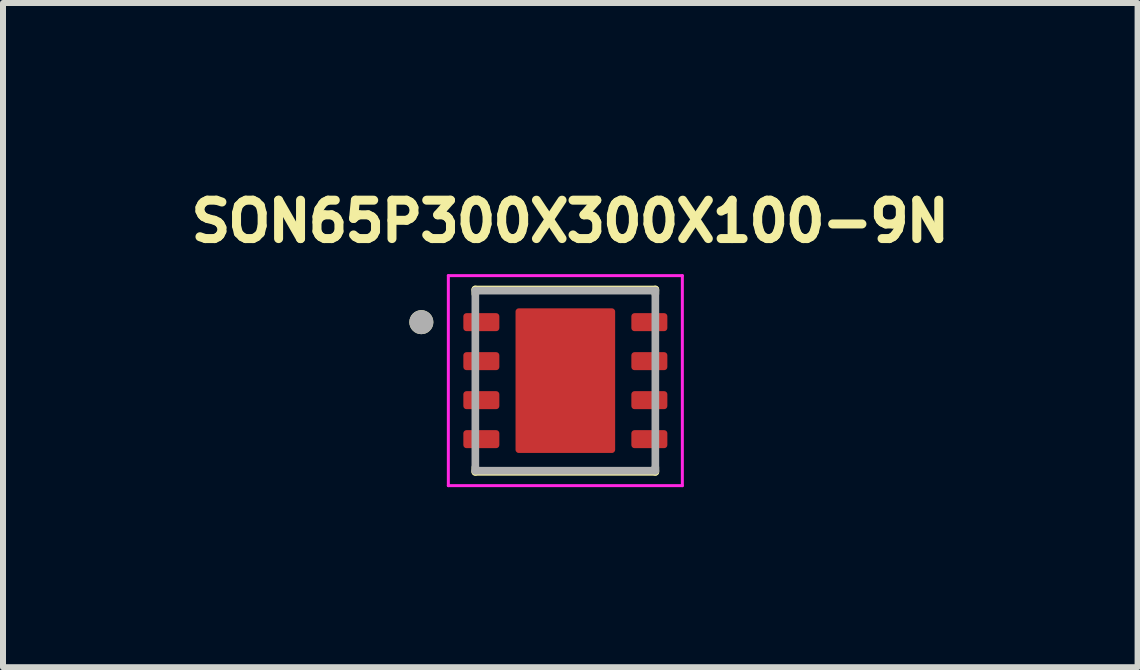
<source format=kicad_pcb>
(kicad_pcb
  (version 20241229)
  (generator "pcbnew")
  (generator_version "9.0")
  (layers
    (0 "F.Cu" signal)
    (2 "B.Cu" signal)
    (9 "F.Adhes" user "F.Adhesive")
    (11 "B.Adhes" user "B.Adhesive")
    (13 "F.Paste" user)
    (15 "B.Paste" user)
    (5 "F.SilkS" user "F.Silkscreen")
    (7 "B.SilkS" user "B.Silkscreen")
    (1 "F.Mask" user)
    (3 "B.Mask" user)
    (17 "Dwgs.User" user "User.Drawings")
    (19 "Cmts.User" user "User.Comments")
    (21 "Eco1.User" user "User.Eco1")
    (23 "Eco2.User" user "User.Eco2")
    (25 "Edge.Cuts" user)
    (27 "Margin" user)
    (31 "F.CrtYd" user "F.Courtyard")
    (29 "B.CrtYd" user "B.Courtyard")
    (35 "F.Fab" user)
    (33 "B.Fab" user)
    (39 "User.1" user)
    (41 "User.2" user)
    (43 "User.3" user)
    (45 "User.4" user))
  (footprint "SON65P300X300X100-9N"
    (layer "F.Cu")
    (at 6.372 3.294)
    (property "Reference" "SON65P300X300X100-9N" (at 0.082 -2.656 0) (layer "F.SilkS") (effects (font (size 0.64 0.64) (thickness 0.15))))
    (attr smd)
    (fp_poly (pts (xy -1.72 -1.195) (xy -1.08 -1.195) (xy -1.077 -1.195) (xy -1.075 -1.195) (xy -1.072 -1.194) (xy -1.07 -1.194) (xy -1.067 -1.193) (xy -1.065 -1.193) (xy -1.062 -1.192) (xy -1.06 -1.191) (xy -1.057 -1.19) (xy -1.055 -1.188) (xy -1.053 -1.187) (xy -1.051 -1.185) (xy -1.049 -1.184) (xy -1.047 -1.182) (xy -1.045 -1.18) (xy -1.043 -1.178) (xy -1.041 -1.176) (xy -1.04 -1.174) (xy -1.038 -1.172) (xy -1.037 -1.17) (xy -1.035 -1.168) (xy -1.034 -1.165) (xy -1.033 -1.163) (xy -1.032 -1.16) (xy -1.032 -1.158) (xy -1.031 -1.155) (xy -1.031 -1.153) (xy -1.03 -1.15) (xy -1.03 -1.148) (xy -1.03 -1.145) (xy -1.03 -0.805) (xy -1.03 -0.802) (xy -1.03 -0.8) (xy -1.031 -0.797) (xy -1.031 -0.795) (xy -1.032 -0.792) (xy -1.032 -0.79) (xy -1.033 -0.787) (xy -1.034 -0.785) (xy -1.035 -0.782) (xy -1.037 -0.78) (xy -1.038 -0.778) (xy -1.04 -0.776) (xy -1.041 -0.774) (xy -1.043 -0.772) (xy -1.045 -0.77) (xy -1.047 -0.768) (xy -1.049 -0.766) (xy -1.051 -0.765) (xy -1.053 -0.763) (xy -1.055 -0.762) (xy -1.057 -0.76) (xy -1.06 -0.759) (xy -1.062 -0.758) (xy -1.065 -0.757) (xy -1.067 -0.757) (xy -1.07 -0.756) (xy -1.072 -0.756) (xy -1.075 -0.755) (xy -1.077 -0.755) (xy -1.08 -0.755) (xy -1.72 -0.755) (xy -1.723 -0.755) (xy -1.725 -0.755) (xy -1.728 -0.756) (xy -1.73 -0.756) (xy -1.733 -0.757) (xy -1.735 -0.757) (xy -1.738 -0.758) (xy -1.74 -0.759) (xy -1.743 -0.76) (xy -1.745 -0.762) (xy -1.747 -0.763) (xy -1.749 -0.765) (xy -1.751 -0.766) (xy -1.753 -0.768) (xy -1.755 -0.77) (xy -1.757 -0.772) (xy -1.759 -0.774) (xy -1.76 -0.776) (xy -1.762 -0.778) (xy -1.763 -0.78) (xy -1.765 -0.782) (xy -1.766 -0.785) (xy -1.767 -0.787) (xy -1.768 -0.79) (xy -1.768 -0.792) (xy -1.769 -0.795) (xy -1.769 -0.797) (xy -1.77 -0.8) (xy -1.77 -0.802) (xy -1.77 -0.805) (xy -1.77 -1.145) (xy -1.77 -1.148) (xy -1.77 -1.15) (xy -1.769 -1.153) (xy -1.769 -1.155) (xy -1.768 -1.158) (xy -1.768 -1.16) (xy -1.767 -1.163) (xy -1.766 -1.165) (xy -1.765 -1.168) (xy -1.763 -1.17) (xy -1.762 -1.172) (xy -1.76 -1.174) (xy -1.759 -1.176) (xy -1.757 -1.178) (xy -1.755 -1.18) (xy -1.753 -1.182) (xy -1.751 -1.184) (xy -1.749 -1.185) (xy -1.747 -1.187) (xy -1.745 -1.188) (xy -1.743 -1.19) (xy -1.74 -1.191) (xy -1.738 -1.192) (xy -1.735 -1.193) (xy -1.733 -1.193) (xy -1.73 -1.194) (xy -1.728 -1.194) (xy -1.725 -1.195) (xy -1.723 -1.195) (xy -1.72 -1.195)) (stroke (width 0.01) (type solid)) (fill yes) (layer "F.Mask"))
    (fp_poly (pts (xy -1.72 -0.545) (xy -1.08 -0.545) (xy -1.077 -0.545) (xy -1.075 -0.545) (xy -1.072 -0.544) (xy -1.07 -0.544) (xy -1.067 -0.543) (xy -1.065 -0.543) (xy -1.062 -0.542) (xy -1.06 -0.541) (xy -1.057 -0.54) (xy -1.055 -0.538) (xy -1.053 -0.537) (xy -1.051 -0.535) (xy -1.049 -0.534) (xy -1.047 -0.532) (xy -1.045 -0.53) (xy -1.043 -0.528) (xy -1.041 -0.526) (xy -1.04 -0.524) (xy -1.038 -0.522) (xy -1.037 -0.52) (xy -1.035 -0.518) (xy -1.034 -0.515) (xy -1.033 -0.513) (xy -1.032 -0.51) (xy -1.032 -0.508) (xy -1.031 -0.505) (xy -1.031 -0.503) (xy -1.03 -0.5) (xy -1.03 -0.498) (xy -1.03 -0.495) (xy -1.03 -0.155) (xy -1.03 -0.152) (xy -1.03 -0.15) (xy -1.031 -0.147) (xy -1.031 -0.145) (xy -1.032 -0.142) (xy -1.032 -0.14) (xy -1.033 -0.137) (xy -1.034 -0.135) (xy -1.035 -0.132) (xy -1.037 -0.13) (xy -1.038 -0.128) (xy -1.04 -0.126) (xy -1.041 -0.124) (xy -1.043 -0.122) (xy -1.045 -0.12) (xy -1.047 -0.118) (xy -1.049 -0.116) (xy -1.051 -0.115) (xy -1.053 -0.113) (xy -1.055 -0.112) (xy -1.057 -0.11) (xy -1.06 -0.109) (xy -1.062 -0.108) (xy -1.065 -0.107) (xy -1.067 -0.107) (xy -1.07 -0.106) (xy -1.072 -0.106) (xy -1.075 -0.105) (xy -1.077 -0.105) (xy -1.08 -0.105) (xy -1.72 -0.105) (xy -1.723 -0.105) (xy -1.725 -0.105) (xy -1.728 -0.106) (xy -1.73 -0.106) (xy -1.733 -0.107) (xy -1.735 -0.107) (xy -1.738 -0.108) (xy -1.74 -0.109) (xy -1.743 -0.11) (xy -1.745 -0.112) (xy -1.747 -0.113) (xy -1.749 -0.115) (xy -1.751 -0.116) (xy -1.753 -0.118) (xy -1.755 -0.12) (xy -1.757 -0.122) (xy -1.759 -0.124) (xy -1.76 -0.126) (xy -1.762 -0.128) (xy -1.763 -0.13) (xy -1.765 -0.132) (xy -1.766 -0.135) (xy -1.767 -0.137) (xy -1.768 -0.14) (xy -1.768 -0.142) (xy -1.769 -0.145) (xy -1.769 -0.147) (xy -1.77 -0.15) (xy -1.77 -0.152) (xy -1.77 -0.155) (xy -1.77 -0.495) (xy -1.77 -0.498) (xy -1.77 -0.5) (xy -1.769 -0.503) (xy -1.769 -0.505) (xy -1.768 -0.508) (xy -1.768 -0.51) (xy -1.767 -0.513) (xy -1.766 -0.515) (xy -1.765 -0.518) (xy -1.763 -0.52) (xy -1.762 -0.522) (xy -1.76 -0.524) (xy -1.759 -0.526) (xy -1.757 -0.528) (xy -1.755 -0.53) (xy -1.753 -0.532) (xy -1.751 -0.534) (xy -1.749 -0.535) (xy -1.747 -0.537) (xy -1.745 -0.538) (xy -1.743 -0.54) (xy -1.74 -0.541) (xy -1.738 -0.542) (xy -1.735 -0.543) (xy -1.733 -0.543) (xy -1.73 -0.544) (xy -1.728 -0.544) (xy -1.725 -0.545) (xy -1.723 -0.545) (xy -1.72 -0.545)) (stroke (width 0.01) (type solid)) (fill yes) (layer "F.Mask"))
    (fp_poly (pts (xy -1.72 0.105) (xy -1.08 0.105) (xy -1.077 0.105) (xy -1.075 0.105) (xy -1.072 0.106) (xy -1.07 0.106) (xy -1.067 0.107) (xy -1.065 0.107) (xy -1.062 0.108) (xy -1.06 0.109) (xy -1.057 0.11) (xy -1.055 0.112) (xy -1.053 0.113) (xy -1.051 0.115) (xy -1.049 0.116) (xy -1.047 0.118) (xy -1.045 0.12) (xy -1.043 0.122) (xy -1.041 0.124) (xy -1.04 0.126) (xy -1.038 0.128) (xy -1.037 0.13) (xy -1.035 0.132) (xy -1.034 0.135) (xy -1.033 0.137) (xy -1.032 0.14) (xy -1.032 0.142) (xy -1.031 0.145) (xy -1.031 0.147) (xy -1.03 0.15) (xy -1.03 0.152) (xy -1.03 0.155) (xy -1.03 0.495) (xy -1.03 0.498) (xy -1.03 0.5) (xy -1.031 0.503) (xy -1.031 0.505) (xy -1.032 0.508) (xy -1.032 0.51) (xy -1.033 0.513) (xy -1.034 0.515) (xy -1.035 0.518) (xy -1.037 0.52) (xy -1.038 0.522) (xy -1.04 0.524) (xy -1.041 0.526) (xy -1.043 0.528) (xy -1.045 0.53) (xy -1.047 0.532) (xy -1.049 0.534) (xy -1.051 0.535) (xy -1.053 0.537) (xy -1.055 0.538) (xy -1.057 0.54) (xy -1.06 0.541) (xy -1.062 0.542) (xy -1.065 0.543) (xy -1.067 0.543) (xy -1.07 0.544) (xy -1.072 0.544) (xy -1.075 0.545) (xy -1.077 0.545) (xy -1.08 0.545) (xy -1.72 0.545) (xy -1.723 0.545) (xy -1.725 0.545) (xy -1.728 0.544) (xy -1.73 0.544) (xy -1.733 0.543) (xy -1.735 0.543) (xy -1.738 0.542) (xy -1.74 0.541) (xy -1.743 0.54) (xy -1.745 0.538) (xy -1.747 0.537) (xy -1.749 0.535) (xy -1.751 0.534) (xy -1.753 0.532) (xy -1.755 0.53) (xy -1.757 0.528) (xy -1.759 0.526) (xy -1.76 0.524) (xy -1.762 0.522) (xy -1.763 0.52) (xy -1.765 0.518) (xy -1.766 0.515) (xy -1.767 0.513) (xy -1.768 0.51) (xy -1.768 0.508) (xy -1.769 0.505) (xy -1.769 0.503) (xy -1.77 0.5) (xy -1.77 0.498) (xy -1.77 0.495) (xy -1.77 0.155) (xy -1.77 0.152) (xy -1.77 0.15) (xy -1.769 0.147) (xy -1.769 0.145) (xy -1.768 0.142) (xy -1.768 0.14) (xy -1.767 0.137) (xy -1.766 0.135) (xy -1.765 0.132) (xy -1.763 0.13) (xy -1.762 0.128) (xy -1.76 0.126) (xy -1.759 0.124) (xy -1.757 0.122) (xy -1.755 0.12) (xy -1.753 0.118) (xy -1.751 0.116) (xy -1.749 0.115) (xy -1.747 0.113) (xy -1.745 0.112) (xy -1.743 0.11) (xy -1.74 0.109) (xy -1.738 0.108) (xy -1.735 0.107) (xy -1.733 0.107) (xy -1.73 0.106) (xy -1.728 0.106) (xy -1.725 0.105) (xy -1.723 0.105) (xy -1.72 0.105)) (stroke (width 0.01) (type solid)) (fill yes) (layer "F.Mask"))
    (fp_poly (pts (xy -1.72 0.755) (xy -1.08 0.755) (xy -1.077 0.755) (xy -1.075 0.755) (xy -1.072 0.756) (xy -1.07 0.756) (xy -1.067 0.757) (xy -1.065 0.757) (xy -1.062 0.758) (xy -1.06 0.759) (xy -1.057 0.76) (xy -1.055 0.762) (xy -1.053 0.763) (xy -1.051 0.765) (xy -1.049 0.766) (xy -1.047 0.768) (xy -1.045 0.77) (xy -1.043 0.772) (xy -1.041 0.774) (xy -1.04 0.776) (xy -1.038 0.778) (xy -1.037 0.78) (xy -1.035 0.782) (xy -1.034 0.785) (xy -1.033 0.787) (xy -1.032 0.79) (xy -1.032 0.792) (xy -1.031 0.795) (xy -1.031 0.797) (xy -1.03 0.8) (xy -1.03 0.802) (xy -1.03 0.805) (xy -1.03 1.145) (xy -1.03 1.148) (xy -1.03 1.15) (xy -1.031 1.153) (xy -1.031 1.155) (xy -1.032 1.158) (xy -1.032 1.16) (xy -1.033 1.163) (xy -1.034 1.165) (xy -1.035 1.168) (xy -1.037 1.17) (xy -1.038 1.172) (xy -1.04 1.174) (xy -1.041 1.176) (xy -1.043 1.178) (xy -1.045 1.18) (xy -1.047 1.182) (xy -1.049 1.184) (xy -1.051 1.185) (xy -1.053 1.187) (xy -1.055 1.188) (xy -1.057 1.19) (xy -1.06 1.191) (xy -1.062 1.192) (xy -1.065 1.193) (xy -1.067 1.193) (xy -1.07 1.194) (xy -1.072 1.194) (xy -1.075 1.195) (xy -1.077 1.195) (xy -1.08 1.195) (xy -1.72 1.195) (xy -1.723 1.195) (xy -1.725 1.195) (xy -1.728 1.194) (xy -1.73 1.194) (xy -1.733 1.193) (xy -1.735 1.193) (xy -1.738 1.192) (xy -1.74 1.191) (xy -1.743 1.19) (xy -1.745 1.188) (xy -1.747 1.187) (xy -1.749 1.185) (xy -1.751 1.184) (xy -1.753 1.182) (xy -1.755 1.18) (xy -1.757 1.178) (xy -1.759 1.176) (xy -1.76 1.174) (xy -1.762 1.172) (xy -1.763 1.17) (xy -1.765 1.168) (xy -1.766 1.165) (xy -1.767 1.163) (xy -1.768 1.16) (xy -1.768 1.158) (xy -1.769 1.155) (xy -1.769 1.153) (xy -1.77 1.15) (xy -1.77 1.148) (xy -1.77 1.145) (xy -1.77 0.805) (xy -1.77 0.802) (xy -1.77 0.8) (xy -1.769 0.797) (xy -1.769 0.795) (xy -1.768 0.792) (xy -1.768 0.79) (xy -1.767 0.787) (xy -1.766 0.785) (xy -1.765 0.782) (xy -1.763 0.78) (xy -1.762 0.778) (xy -1.76 0.776) (xy -1.759 0.774) (xy -1.757 0.772) (xy -1.755 0.77) (xy -1.753 0.768) (xy -1.751 0.766) (xy -1.749 0.765) (xy -1.747 0.763) (xy -1.745 0.762) (xy -1.743 0.76) (xy -1.74 0.759) (xy -1.738 0.758) (xy -1.735 0.757) (xy -1.733 0.757) (xy -1.73 0.756) (xy -1.728 0.756) (xy -1.725 0.755) (xy -1.723 0.755) (xy -1.72 0.755)) (stroke (width 0.01) (type solid)) (fill yes) (layer "F.Mask"))
    (fp_poly (pts (xy 0.895 -1.15) (xy 0.895 1.15) (xy 0.895 1.156) (xy 0.894 1.163) (xy 0.894 1.169) (xy 0.892 1.175) (xy 0.891 1.181) (xy 0.889 1.187) (xy 0.887 1.193) (xy 0.885 1.199) (xy 0.882 1.204) (xy 0.879 1.21) (xy 0.876 1.215) (xy 0.872 1.221) (xy 0.868 1.226) (xy 0.864 1.23) (xy 0.86 1.235) (xy 0.855 1.239) (xy 0.851 1.243) (xy 0.846 1.247) (xy 0.84 1.251) (xy 0.835 1.254) (xy 0.829 1.257) (xy 0.824 1.26) (xy 0.818 1.262) (xy 0.812 1.264) (xy 0.806 1.266) (xy 0.8 1.267) (xy 0.794 1.269) (xy 0.788 1.269) (xy 0.781 1.27) (xy 0.775 1.27) (xy -0.775 1.27) (xy -0.781 1.27) (xy -0.788 1.269) (xy -0.794 1.269) (xy -0.8 1.267) (xy -0.806 1.266) (xy -0.812 1.264) (xy -0.818 1.262) (xy -0.824 1.26) (xy -0.829 1.257) (xy -0.835 1.254) (xy -0.84 1.251) (xy -0.846 1.247) (xy -0.851 1.243) (xy -0.855 1.239) (xy -0.86 1.235) (xy -0.864 1.23) (xy -0.868 1.226) (xy -0.872 1.221) (xy -0.876 1.215) (xy -0.879 1.21) (xy -0.882 1.204) (xy -0.885 1.199) (xy -0.887 1.193) (xy -0.889 1.187) (xy -0.891 1.181) (xy -0.892 1.175) (xy -0.894 1.169) (xy -0.894 1.163) (xy -0.895 1.156) (xy -0.895 1.15) (xy -0.895 -1.15) (xy -0.895 -1.156) (xy -0.894 -1.163) (xy -0.894 -1.169) (xy -0.892 -1.175) (xy -0.891 -1.181) (xy -0.889 -1.187) (xy -0.887 -1.193) (xy -0.885 -1.199) (xy -0.882 -1.204) (xy -0.879 -1.21) (xy -0.876 -1.215) (xy -0.872 -1.221) (xy -0.868 -1.226) (xy -0.864 -1.23) (xy -0.86 -1.235) (xy -0.855 -1.239) (xy -0.851 -1.243) (xy -0.846 -1.247) (xy -0.84 -1.251) (xy -0.835 -1.254) (xy -0.829 -1.257) (xy -0.824 -1.26) (xy -0.818 -1.262) (xy -0.812 -1.264) (xy -0.806 -1.266) (xy -0.8 -1.267) (xy -0.794 -1.269) (xy -0.788 -1.269) (xy -0.781 -1.27) (xy -0.775 -1.27) (xy 0.775 -1.27) (xy 0.781 -1.27) (xy 0.788 -1.269) (xy 0.794 -1.269) (xy 0.8 -1.267) (xy 0.806 -1.266) (xy 0.812 -1.264) (xy 0.818 -1.262) (xy 0.824 -1.26) (xy 0.829 -1.257) (xy 0.835 -1.254) (xy 0.84 -1.251) (xy 0.846 -1.247) (xy 0.851 -1.243) (xy 0.855 -1.239) (xy 0.86 -1.235) (xy 0.864 -1.23) (xy 0.868 -1.226) (xy 0.872 -1.221) (xy 0.876 -1.215) (xy 0.879 -1.21) (xy 0.882 -1.204) (xy 0.885 -1.199) (xy 0.887 -1.193) (xy 0.889 -1.187) (xy 0.891 -1.181) (xy 0.892 -1.175) (xy 0.894 -1.169) (xy 0.894 -1.163) (xy 0.895 -1.156) (xy 0.895 -1.15)) (stroke (width 0.01) (type solid)) (fill yes) (layer "F.Mask"))
    (fp_poly (pts (xy 1.03 -0.805) (xy 1.03 -1.145) (xy 1.03 -1.148) (xy 1.03 -1.15) (xy 1.031 -1.153) (xy 1.031 -1.155) (xy 1.032 -1.158) (xy 1.032 -1.16) (xy 1.033 -1.163) (xy 1.034 -1.165) (xy 1.035 -1.168) (xy 1.037 -1.17) (xy 1.038 -1.172) (xy 1.04 -1.174) (xy 1.041 -1.176) (xy 1.043 -1.178) (xy 1.045 -1.18) (xy 1.047 -1.182) (xy 1.049 -1.184) (xy 1.051 -1.185) (xy 1.053 -1.187) (xy 1.055 -1.188) (xy 1.057 -1.19) (xy 1.06 -1.191) (xy 1.062 -1.192) (xy 1.065 -1.193) (xy 1.067 -1.193) (xy 1.07 -1.194) (xy 1.072 -1.194) (xy 1.075 -1.195) (xy 1.077 -1.195) (xy 1.08 -1.195) (xy 1.72 -1.195) (xy 1.723 -1.195) (xy 1.725 -1.195) (xy 1.728 -1.194) (xy 1.73 -1.194) (xy 1.733 -1.193) (xy 1.735 -1.193) (xy 1.738 -1.192) (xy 1.74 -1.191) (xy 1.743 -1.19) (xy 1.745 -1.188) (xy 1.747 -1.187) (xy 1.749 -1.185) (xy 1.751 -1.184) (xy 1.753 -1.182) (xy 1.755 -1.18) (xy 1.757 -1.178) (xy 1.759 -1.176) (xy 1.76 -1.174) (xy 1.762 -1.172) (xy 1.763 -1.17) (xy 1.765 -1.168) (xy 1.766 -1.165) (xy 1.767 -1.163) (xy 1.768 -1.16) (xy 1.768 -1.158) (xy 1.769 -1.155) (xy 1.769 -1.153) (xy 1.77 -1.15) (xy 1.77 -1.148) (xy 1.77 -1.145) (xy 1.77 -0.805) (xy 1.77 -0.802) (xy 1.77 -0.8) (xy 1.769 -0.797) (xy 1.769 -0.795) (xy 1.768 -0.792) (xy 1.768 -0.79) (xy 1.767 -0.787) (xy 1.766 -0.785) (xy 1.765 -0.782) (xy 1.763 -0.78) (xy 1.762 -0.778) (xy 1.76 -0.776) (xy 1.759 -0.774) (xy 1.757 -0.772) (xy 1.755 -0.77) (xy 1.753 -0.768) (xy 1.751 -0.766) (xy 1.749 -0.765) (xy 1.747 -0.763) (xy 1.745 -0.762) (xy 1.743 -0.76) (xy 1.74 -0.759) (xy 1.738 -0.758) (xy 1.735 -0.757) (xy 1.733 -0.757) (xy 1.73 -0.756) (xy 1.728 -0.756) (xy 1.725 -0.755) (xy 1.723 -0.755) (xy 1.72 -0.755) (xy 1.08 -0.755) (xy 1.077 -0.755) (xy 1.075 -0.755) (xy 1.072 -0.756) (xy 1.07 -0.756) (xy 1.067 -0.757) (xy 1.065 -0.757) (xy 1.062 -0.758) (xy 1.06 -0.759) (xy 1.057 -0.76) (xy 1.055 -0.762) (xy 1.053 -0.763) (xy 1.051 -0.765) (xy 1.049 -0.766) (xy 1.047 -0.768) (xy 1.045 -0.77) (xy 1.043 -0.772) (xy 1.041 -0.774) (xy 1.04 -0.776) (xy 1.038 -0.778) (xy 1.037 -0.78) (xy 1.035 -0.782) (xy 1.034 -0.785) (xy 1.033 -0.787) (xy 1.032 -0.79) (xy 1.032 -0.792) (xy 1.031 -0.795) (xy 1.031 -0.797) (xy 1.03 -0.8) (xy 1.03 -0.802) (xy 1.03 -0.805)) (stroke (width 0.01) (type solid)) (fill yes) (layer "F.Mask"))
    (fp_poly (pts (xy 1.08 -0.545) (xy 1.72 -0.545) (xy 1.723 -0.545) (xy 1.725 -0.545) (xy 1.728 -0.544) (xy 1.73 -0.544) (xy 1.733 -0.543) (xy 1.735 -0.543) (xy 1.738 -0.542) (xy 1.74 -0.541) (xy 1.743 -0.54) (xy 1.745 -0.538) (xy 1.747 -0.537) (xy 1.749 -0.535) (xy 1.751 -0.534) (xy 1.753 -0.532) (xy 1.755 -0.53) (xy 1.757 -0.528) (xy 1.759 -0.526) (xy 1.76 -0.524) (xy 1.762 -0.522) (xy 1.763 -0.52) (xy 1.765 -0.518) (xy 1.766 -0.515) (xy 1.767 -0.513) (xy 1.768 -0.51) (xy 1.768 -0.508) (xy 1.769 -0.505) (xy 1.769 -0.503) (xy 1.77 -0.5) (xy 1.77 -0.498) (xy 1.77 -0.495) (xy 1.77 -0.155) (xy 1.77 -0.152) (xy 1.77 -0.15) (xy 1.769 -0.147) (xy 1.769 -0.145) (xy 1.768 -0.142) (xy 1.768 -0.14) (xy 1.767 -0.137) (xy 1.766 -0.135) (xy 1.765 -0.132) (xy 1.763 -0.13) (xy 1.762 -0.128) (xy 1.76 -0.126) (xy 1.759 -0.124) (xy 1.757 -0.122) (xy 1.755 -0.12) (xy 1.753 -0.118) (xy 1.751 -0.116) (xy 1.749 -0.115) (xy 1.747 -0.113) (xy 1.745 -0.112) (xy 1.743 -0.11) (xy 1.74 -0.109) (xy 1.738 -0.108) (xy 1.735 -0.107) (xy 1.733 -0.107) (xy 1.73 -0.106) (xy 1.728 -0.106) (xy 1.725 -0.105) (xy 1.723 -0.105) (xy 1.72 -0.105) (xy 1.08 -0.105) (xy 1.077 -0.105) (xy 1.075 -0.105) (xy 1.072 -0.106) (xy 1.07 -0.106) (xy 1.067 -0.107) (xy 1.065 -0.107) (xy 1.062 -0.108) (xy 1.06 -0.109) (xy 1.057 -0.11) (xy 1.055 -0.112) (xy 1.053 -0.113) (xy 1.051 -0.115) (xy 1.049 -0.116) (xy 1.047 -0.118) (xy 1.045 -0.12) (xy 1.043 -0.122) (xy 1.041 -0.124) (xy 1.04 -0.126) (xy 1.038 -0.128) (xy 1.037 -0.13) (xy 1.035 -0.132) (xy 1.034 -0.135) (xy 1.033 -0.137) (xy 1.032 -0.14) (xy 1.032 -0.142) (xy 1.031 -0.145) (xy 1.031 -0.147) (xy 1.03 -0.15) (xy 1.03 -0.152) (xy 1.03 -0.155) (xy 1.03 -0.495) (xy 1.03 -0.498) (xy 1.03 -0.5) (xy 1.031 -0.503) (xy 1.031 -0.505) (xy 1.032 -0.508) (xy 1.032 -0.51) (xy 1.033 -0.513) (xy 1.034 -0.515) (xy 1.035 -0.518) (xy 1.037 -0.52) (xy 1.038 -0.522) (xy 1.04 -0.524) (xy 1.041 -0.526) (xy 1.043 -0.528) (xy 1.045 -0.53) (xy 1.047 -0.532) (xy 1.049 -0.534) (xy 1.051 -0.535) (xy 1.053 -0.537) (xy 1.055 -0.538) (xy 1.057 -0.54) (xy 1.06 -0.541) (xy 1.062 -0.542) (xy 1.065 -0.543) (xy 1.067 -0.543) (xy 1.07 -0.544) (xy 1.072 -0.544) (xy 1.075 -0.545) (xy 1.077 -0.545) (xy 1.08 -0.545)) (stroke (width 0.01) (type solid)) (fill yes) (layer "F.Mask"))
    (fp_poly (pts (xy 1.08 0.105) (xy 1.72 0.105) (xy 1.723 0.105) (xy 1.725 0.105) (xy 1.728 0.106) (xy 1.73 0.106) (xy 1.733 0.107) (xy 1.735 0.107) (xy 1.738 0.108) (xy 1.74 0.109) (xy 1.743 0.11) (xy 1.745 0.112) (xy 1.747 0.113) (xy 1.749 0.115) (xy 1.751 0.116) (xy 1.753 0.118) (xy 1.755 0.12) (xy 1.757 0.122) (xy 1.759 0.124) (xy 1.76 0.126) (xy 1.762 0.128) (xy 1.763 0.13) (xy 1.765 0.132) (xy 1.766 0.135) (xy 1.767 0.137) (xy 1.768 0.14) (xy 1.768 0.142) (xy 1.769 0.145) (xy 1.769 0.147) (xy 1.77 0.15) (xy 1.77 0.152) (xy 1.77 0.155) (xy 1.77 0.495) (xy 1.77 0.498) (xy 1.77 0.5) (xy 1.769 0.503) (xy 1.769 0.505) (xy 1.768 0.508) (xy 1.768 0.51) (xy 1.767 0.513) (xy 1.766 0.515) (xy 1.765 0.518) (xy 1.763 0.52) (xy 1.762 0.522) (xy 1.76 0.524) (xy 1.759 0.526) (xy 1.757 0.528) (xy 1.755 0.53) (xy 1.753 0.532) (xy 1.751 0.534) (xy 1.749 0.535) (xy 1.747 0.537) (xy 1.745 0.538) (xy 1.743 0.54) (xy 1.74 0.541) (xy 1.738 0.542) (xy 1.735 0.543) (xy 1.733 0.543) (xy 1.73 0.544) (xy 1.728 0.544) (xy 1.725 0.545) (xy 1.723 0.545) (xy 1.72 0.545) (xy 1.08 0.545) (xy 1.077 0.545) (xy 1.075 0.545) (xy 1.072 0.544) (xy 1.07 0.544) (xy 1.067 0.543) (xy 1.065 0.543) (xy 1.062 0.542) (xy 1.06 0.541) (xy 1.057 0.54) (xy 1.055 0.538) (xy 1.053 0.537) (xy 1.051 0.535) (xy 1.049 0.534) (xy 1.047 0.532) (xy 1.045 0.53) (xy 1.043 0.528) (xy 1.041 0.526) (xy 1.04 0.524) (xy 1.038 0.522) (xy 1.037 0.52) (xy 1.035 0.518) (xy 1.034 0.515) (xy 1.033 0.513) (xy 1.032 0.51) (xy 1.032 0.508) (xy 1.031 0.505) (xy 1.031 0.503) (xy 1.03 0.5) (xy 1.03 0.498) (xy 1.03 0.495) (xy 1.03 0.155) (xy 1.03 0.152) (xy 1.03 0.15) (xy 1.031 0.147) (xy 1.031 0.145) (xy 1.032 0.142) (xy 1.032 0.14) (xy 1.033 0.137) (xy 1.034 0.135) (xy 1.035 0.132) (xy 1.037 0.13) (xy 1.038 0.128) (xy 1.04 0.126) (xy 1.041 0.124) (xy 1.043 0.122) (xy 1.045 0.12) (xy 1.047 0.118) (xy 1.049 0.116) (xy 1.051 0.115) (xy 1.053 0.113) (xy 1.055 0.112) (xy 1.057 0.11) (xy 1.06 0.109) (xy 1.062 0.108) (xy 1.065 0.107) (xy 1.067 0.107) (xy 1.07 0.106) (xy 1.072 0.106) (xy 1.075 0.105) (xy 1.077 0.105) (xy 1.08 0.105)) (stroke (width 0.01) (type solid)) (fill yes) (layer "F.Mask"))
    (fp_poly (pts (xy 1.08 0.755) (xy 1.72 0.755) (xy 1.723 0.755) (xy 1.725 0.755) (xy 1.728 0.756) (xy 1.73 0.756) (xy 1.733 0.757) (xy 1.735 0.757) (xy 1.738 0.758) (xy 1.74 0.759) (xy 1.743 0.76) (xy 1.745 0.762) (xy 1.747 0.763) (xy 1.749 0.765) (xy 1.751 0.766) (xy 1.753 0.768) (xy 1.755 0.77) (xy 1.757 0.772) (xy 1.759 0.774) (xy 1.76 0.776) (xy 1.762 0.778) (xy 1.763 0.78) (xy 1.765 0.782) (xy 1.766 0.785) (xy 1.767 0.787) (xy 1.768 0.79) (xy 1.768 0.792) (xy 1.769 0.795) (xy 1.769 0.797) (xy 1.77 0.8) (xy 1.77 0.802) (xy 1.77 0.805) (xy 1.77 1.145) (xy 1.77 1.148) (xy 1.77 1.15) (xy 1.769 1.153) (xy 1.769 1.155) (xy 1.768 1.158) (xy 1.768 1.16) (xy 1.767 1.163) (xy 1.766 1.165) (xy 1.765 1.168) (xy 1.763 1.17) (xy 1.762 1.172) (xy 1.76 1.174) (xy 1.759 1.176) (xy 1.757 1.178) (xy 1.755 1.18) (xy 1.753 1.182) (xy 1.751 1.184) (xy 1.749 1.185) (xy 1.747 1.187) (xy 1.745 1.188) (xy 1.743 1.19) (xy 1.74 1.191) (xy 1.738 1.192) (xy 1.735 1.193) (xy 1.733 1.193) (xy 1.73 1.194) (xy 1.728 1.194) (xy 1.725 1.195) (xy 1.723 1.195) (xy 1.72 1.195) (xy 1.08 1.195) (xy 1.077 1.195) (xy 1.075 1.195) (xy 1.072 1.194) (xy 1.07 1.194) (xy 1.067 1.193) (xy 1.065 1.193) (xy 1.062 1.192) (xy 1.06 1.191) (xy 1.057 1.19) (xy 1.055 1.188) (xy 1.053 1.187) (xy 1.051 1.185) (xy 1.049 1.184) (xy 1.047 1.182) (xy 1.045 1.18) (xy 1.043 1.178) (xy 1.041 1.176) (xy 1.04 1.174) (xy 1.038 1.172) (xy 1.037 1.17) (xy 1.035 1.168) (xy 1.034 1.165) (xy 1.033 1.163) (xy 1.032 1.16) (xy 1.032 1.158) (xy 1.031 1.155) (xy 1.031 1.153) (xy 1.03 1.15) (xy 1.03 1.148) (xy 1.03 1.145) (xy 1.03 0.805) (xy 1.03 0.802) (xy 1.03 0.8) (xy 1.031 0.797) (xy 1.031 0.795) (xy 1.032 0.792) (xy 1.032 0.79) (xy 1.033 0.787) (xy 1.034 0.785) (xy 1.035 0.782) (xy 1.037 0.78) (xy 1.038 0.778) (xy 1.04 0.776) (xy 1.041 0.774) (xy 1.043 0.772) (xy 1.045 0.77) (xy 1.047 0.768) (xy 1.049 0.766) (xy 1.051 0.765) (xy 1.053 0.763) (xy 1.055 0.762) (xy 1.057 0.76) (xy 1.06 0.759) (xy 1.062 0.758) (xy 1.065 0.757) (xy 1.067 0.757) (xy 1.07 0.756) (xy 1.072 0.756) (xy 1.075 0.755) (xy 1.077 0.755) (xy 1.08 0.755)) (stroke (width 0.01) (type solid)) (fill yes) (layer "F.Mask"))
    (fp_line (start -1.5 -1.52) (end -1.5 -1.445) (stroke (width 0.127) (type solid)) (layer "F.SilkS"))
    (fp_line (start -1.5 -1.52) (end 1.5 -1.52) (stroke (width 0.127) (type solid)) (layer "F.SilkS"))
    (fp_line (start -1.5 1.52) (end -1.5 1.445) (stroke (width 0.127) (type solid)) (layer "F.SilkS"))
    (fp_line (start -1.5 1.52) (end 1.5 1.52) (stroke (width 0.127) (type solid)) (layer "F.SilkS"))
    (fp_line (start 1.5 -1.52) (end 1.5 -1.445) (stroke (width 0.127) (type solid)) (layer "F.SilkS"))
    (fp_line (start 1.5 1.52) (end 1.5 1.445) (stroke (width 0.127) (type solid)) (layer "F.SilkS"))
    (fp_circle (center -2.4 -0.975) (end -2.3 -0.975) (stroke (width 0.2) (type solid)) (fill no) (layer "F.SilkS"))
    (fp_poly (pts (xy -0.685 -1.16) (xy 0.685 -1.16) (xy 0.688 -1.16) (xy 0.69 -1.16) (xy 0.693 -1.159) (xy 0.695 -1.159) (xy 0.698 -1.158) (xy 0.7 -1.158) (xy 0.703 -1.157) (xy 0.705 -1.156) (xy 0.708 -1.155) (xy 0.71 -1.153) (xy 0.712 -1.152) (xy 0.714 -1.15) (xy 0.716 -1.149) (xy 0.718 -1.147) (xy 0.72 -1.145) (xy 0.722 -1.143) (xy 0.724 -1.141) (xy 0.725 -1.139) (xy 0.727 -1.137) (xy 0.728 -1.135) (xy 0.73 -1.133) (xy 0.731 -1.13) (xy 0.732 -1.128) (xy 0.733 -1.125) (xy 0.733 -1.123) (xy 0.734 -1.12) (xy 0.734 -1.118) (xy 0.735 -1.115) (xy 0.735 -1.113) (xy 0.735 -1.11) (xy 0.735 -0.15) (xy 0.735 -0.147) (xy 0.735 -0.145) (xy 0.734 -0.142) (xy 0.734 -0.14) (xy 0.733 -0.137) (xy 0.733 -0.135) (xy 0.732 -0.132) (xy 0.731 -0.13) (xy 0.73 -0.127) (xy 0.728 -0.125) (xy 0.727 -0.123) (xy 0.725 -0.121) (xy 0.724 -0.119) (xy 0.722 -0.117) (xy 0.72 -0.115) (xy 0.718 -0.113) (xy 0.716 -0.111) (xy 0.714 -0.11) (xy 0.712 -0.108) (xy 0.71 -0.107) (xy 0.708 -0.105) (xy 0.705 -0.104) (xy 0.703 -0.103) (xy 0.7 -0.102) (xy 0.698 -0.102) (xy 0.695 -0.101) (xy 0.693 -0.101) (xy 0.69 -0.1) (xy 0.688 -0.1) (xy 0.685 -0.1) (xy -0.685 -0.1) (xy -0.688 -0.1) (xy -0.69 -0.1) (xy -0.693 -0.101) (xy -0.695 -0.101) (xy -0.698 -0.102) (xy -0.7 -0.102) (xy -0.703 -0.103) (xy -0.705 -0.104) (xy -0.708 -0.105) (xy -0.71 -0.107) (xy -0.712 -0.108) (xy -0.714 -0.11) (xy -0.716 -0.111) (xy -0.718 -0.113) (xy -0.72 -0.115) (xy -0.722 -0.117) (xy -0.724 -0.119) (xy -0.725 -0.121) (xy -0.727 -0.123) (xy -0.728 -0.125) (xy -0.73 -0.127) (xy -0.731 -0.13) (xy -0.732 -0.132) (xy -0.733 -0.135) (xy -0.733 -0.137) (xy -0.734 -0.14) (xy -0.734 -0.142) (xy -0.735 -0.145) (xy -0.735 -0.147) (xy -0.735 -0.15) (xy -0.735 -1.11) (xy -0.735 -1.113) (xy -0.735 -1.115) (xy -0.734 -1.118) (xy -0.734 -1.12) (xy -0.733 -1.123) (xy -0.733 -1.125) (xy -0.732 -1.128) (xy -0.731 -1.13) (xy -0.73 -1.133) (xy -0.728 -1.135) (xy -0.727 -1.137) (xy -0.725 -1.139) (xy -0.724 -1.141) (xy -0.722 -1.143) (xy -0.72 -1.145) (xy -0.718 -1.147) (xy -0.716 -1.149) (xy -0.714 -1.15) (xy -0.712 -1.152) (xy -0.71 -1.153) (xy -0.708 -1.155) (xy -0.705 -1.156) (xy -0.703 -1.157) (xy -0.7 -1.158) (xy -0.698 -1.158) (xy -0.695 -1.159) (xy -0.693 -1.159) (xy -0.69 -1.16) (xy -0.688 -1.16) (xy -0.685 -1.16)) (stroke (width 0.01) (type solid)) (fill yes) (layer "F.Paste"))
    (fp_poly (pts (xy -0.685 0.1) (xy 0.685 0.1) (xy 0.688 0.1) (xy 0.69 0.1) (xy 0.693 0.101) (xy 0.695 0.101) (xy 0.698 0.102) (xy 0.7 0.102) (xy 0.703 0.103) (xy 0.705 0.104) (xy 0.708 0.105) (xy 0.71 0.107) (xy 0.712 0.108) (xy 0.714 0.11) (xy 0.716 0.111) (xy 0.718 0.113) (xy 0.72 0.115) (xy 0.722 0.117) (xy 0.724 0.119) (xy 0.725 0.121) (xy 0.727 0.123) (xy 0.728 0.125) (xy 0.73 0.127) (xy 0.731 0.13) (xy 0.732 0.132) (xy 0.733 0.135) (xy 0.733 0.137) (xy 0.734 0.14) (xy 0.734 0.142) (xy 0.735 0.145) (xy 0.735 0.147) (xy 0.735 0.15) (xy 0.735 1.11) (xy 0.735 1.113) (xy 0.735 1.115) (xy 0.734 1.118) (xy 0.734 1.12) (xy 0.733 1.123) (xy 0.733 1.125) (xy 0.732 1.128) (xy 0.731 1.13) (xy 0.73 1.133) (xy 0.728 1.135) (xy 0.727 1.137) (xy 0.725 1.139) (xy 0.724 1.141) (xy 0.722 1.143) (xy 0.72 1.145) (xy 0.718 1.147) (xy 0.716 1.149) (xy 0.714 1.15) (xy 0.712 1.152) (xy 0.71 1.153) (xy 0.708 1.155) (xy 0.705 1.156) (xy 0.703 1.157) (xy 0.7 1.158) (xy 0.698 1.158) (xy 0.695 1.159) (xy 0.693 1.159) (xy 0.69 1.16) (xy 0.688 1.16) (xy 0.685 1.16) (xy -0.685 1.16) (xy -0.688 1.16) (xy -0.69 1.16) (xy -0.693 1.159) (xy -0.695 1.159) (xy -0.698 1.158) (xy -0.7 1.158) (xy -0.703 1.157) (xy -0.705 1.156) (xy -0.708 1.155) (xy -0.71 1.153) (xy -0.712 1.152) (xy -0.714 1.15) (xy -0.716 1.149) (xy -0.718 1.147) (xy -0.72 1.145) (xy -0.722 1.143) (xy -0.724 1.141) (xy -0.725 1.139) (xy -0.727 1.137) (xy -0.728 1.135) (xy -0.73 1.133) (xy -0.731 1.13) (xy -0.732 1.128) (xy -0.733 1.125) (xy -0.733 1.123) (xy -0.734 1.12) (xy -0.734 1.118) (xy -0.735 1.115) (xy -0.735 1.113) (xy -0.735 1.11) (xy -0.735 0.15) (xy -0.735 0.147) (xy -0.735 0.145) (xy -0.734 0.142) (xy -0.734 0.14) (xy -0.733 0.137) (xy -0.733 0.135) (xy -0.732 0.132) (xy -0.731 0.13) (xy -0.73 0.127) (xy -0.728 0.125) (xy -0.727 0.123) (xy -0.725 0.121) (xy -0.724 0.119) (xy -0.722 0.117) (xy -0.72 0.115) (xy -0.718 0.113) (xy -0.716 0.111) (xy -0.714 0.11) (xy -0.712 0.108) (xy -0.71 0.107) (xy -0.708 0.105) (xy -0.705 0.104) (xy -0.703 0.103) (xy -0.7 0.102) (xy -0.698 0.102) (xy -0.695 0.101) (xy -0.693 0.101) (xy -0.69 0.1) (xy -0.688 0.1) (xy -0.685 0.1)) (stroke (width 0.01) (type solid)) (fill yes) (layer "F.Paste"))
    (fp_line (start -1.95 -1.75) (end -1.95 1.75) (stroke (width 0.05) (type solid)) (layer "F.CrtYd"))
    (fp_line (start -1.95 1.75) (end 1.95 1.75) (stroke (width 0.05) (type solid)) (layer "F.CrtYd"))
    (fp_line (start 1.95 -1.75) (end -1.95 -1.75) (stroke (width 0.05) (type solid)) (layer "F.CrtYd"))
    (fp_line (start 1.95 1.75) (end 1.95 -1.75) (stroke (width 0.05) (type solid)) (layer "F.CrtYd"))
    (fp_line (start -1.5 -1.5) (end -1.5 1.5) (stroke (width 0.127) (type solid)) (layer "F.Fab"))
    (fp_line (start -1.5 -1.5) (end 1.5 -1.5) (stroke (width 0.127) (type solid)) (layer "F.Fab"))
    (fp_line (start -1.5 1.5) (end 1.5 1.5) (stroke (width 0.127) (type solid)) (layer "F.Fab"))
    (fp_line (start 1.5 -1.5) (end 1.5 1.5) (stroke (width 0.127) (type solid)) (layer "F.Fab"))
    (fp_circle (center -2.4 -0.975) (end -2.3 -0.975) (stroke (width 0.2) (type solid)) (fill no) (layer "F.Fab"))
    (pad "1" smd roundrect (at -1.4 -0.975) (size 0.6 0.3) (layers "F.Cu" "F.Paste") (roundrect_rratio 0.175))
    (pad "2" smd roundrect (at -1.4 -0.325) (size 0.6 0.3) (layers "F.Cu" "F.Paste") (roundrect_rratio 0.175))
    (pad "3" smd roundrect (at -1.4 0.325) (size 0.6 0.3) (layers "F.Cu" "F.Paste") (roundrect_rratio 0.175))
    (pad "4" smd roundrect (at -1.4 0.975) (size 0.6 0.3) (layers "F.Cu" "F.Paste") (roundrect_rratio 0.175))
    (pad "5" smd roundrect (at 1.4 0.975) (size 0.6 0.3) (layers "F.Cu" "F.Paste") (roundrect_rratio 0.175))
    (pad "6" smd roundrect (at 1.4 0.325) (size 0.6 0.3) (layers "F.Cu" "F.Paste") (roundrect_rratio 0.175))
    (pad "7" smd roundrect (at 1.4 -0.325) (size 0.6 0.3) (layers "F.Cu" "F.Paste") (roundrect_rratio 0.175))
    (pad "8" smd roundrect (at 1.4 -0.975) (size 0.6 0.3) (layers "F.Cu" "F.Paste") (roundrect_rratio 0.175))
    (pad "9" smd custom (at 0 0) (size 0.5 0.5) (layers "F.Cu") (options (anchor rect)) (primitives (gr_poly (pts (xy 0.825 -1.15) (xy 0.825 1.15) (xy 0.825 1.153) (xy 0.825 1.155) (xy 0.824 1.158) (xy 0.824 1.16) (xy 0.823 1.163) (xy 0.823 1.165) (xy 0.822 1.168) (xy 0.821 1.17) (xy 0.82 1.173) (xy 0.818 1.175) (xy 0.817 1.177) (xy 0.815 1.179) (xy 0.814 1.181) (xy 0.812 1.183) (xy 0.81 1.185) (xy 0.808 1.187) (xy 0.806 1.189) (xy 0.804 1.19) (xy 0.802 1.192) (xy 0.8 1.193) (xy 0.798 1.195) (xy 0.795 1.196) (xy 0.793 1.197) (xy 0.79 1.198) (xy 0.788 1.198) (xy 0.785 1.199) (xy 0.783 1.199) (xy 0.78 1.2) (xy 0.778 1.2) (xy 0.775 1.2) (xy -0.775 1.2) (xy -0.778 1.2) (xy -0.78 1.2) (xy -0.783 1.199) (xy -0.785 1.199) (xy -0.788 1.198) (xy -0.79 1.198) (xy -0.793 1.197) (xy -0.795 1.196) (xy -0.798 1.195) (xy -0.8 1.193) (xy -0.802 1.192) (xy -0.804 1.19) (xy -0.806 1.189) (xy -0.808 1.187) (xy -0.81 1.185) (xy -0.812 1.183) (xy -0.814 1.181) (xy -0.815 1.179) (xy -0.817 1.177) (xy -0.818 1.175) (xy -0.82 1.173) (xy -0.821 1.17) (xy -0.822 1.168) (xy -0.823 1.165) (xy -0.823 1.163) (xy -0.824 1.16) (xy -0.824 1.158) (xy -0.825 1.155) (xy -0.825 1.153) (xy -0.825 1.15) (xy -0.825 -1.15) (xy -0.825 -1.153) (xy -0.825 -1.155) (xy -0.824 -1.158) (xy -0.824 -1.16) (xy -0.823 -1.163) (xy -0.823 -1.165) (xy -0.822 -1.168) (xy -0.821 -1.17) (xy -0.82 -1.173) (xy -0.818 -1.175) (xy -0.817 -1.177) (xy -0.815 -1.179) (xy -0.814 -1.181) (xy -0.812 -1.183) (xy -0.81 -1.185) (xy -0.808 -1.187) (xy -0.806 -1.189) (xy -0.804 -1.19) (xy -0.802 -1.192) (xy -0.8 -1.193) (xy -0.798 -1.195) (xy -0.795 -1.196) (xy -0.793 -1.197) (xy -0.79 -1.198) (xy -0.788 -1.198) (xy -0.785 -1.199) (xy -0.783 -1.199) (xy -0.78 -1.2) (xy -0.778 -1.2) (xy -0.775 -1.2) (xy 0.775 -1.2) (xy 0.778 -1.2) (xy 0.78 -1.2) (xy 0.783 -1.199) (xy 0.785 -1.199) (xy 0.788 -1.198) (xy 0.79 -1.198) (xy 0.793 -1.197) (xy 0.795 -1.196) (xy 0.798 -1.195) (xy 0.8 -1.193) (xy 0.802 -1.192) (xy 0.804 -1.19) (xy 0.806 -1.189) (xy 0.808 -1.187) (xy 0.81 -1.185) (xy 0.812 -1.183) (xy 0.814 -1.181) (xy 0.815 -1.179) (xy 0.817 -1.177) (xy 0.818 -1.175) (xy 0.82 -1.173) (xy 0.821 -1.17) (xy 0.822 -1.168) (xy 0.823 -1.165) (xy 0.823 -1.163) (xy 0.824 -1.16) (xy 0.824 -1.158) (xy 0.825 -1.155) (xy 0.825 -1.153) (xy 0.825 -1.15)) (width 0.01) (fill yes)))))
  (gr_rect
    (start -3 -3)
    (end 15.909 8.069)
    (stroke (width 0.1) (type default))
    (fill no)
    (layer "Edge.Cuts")))
</source>
